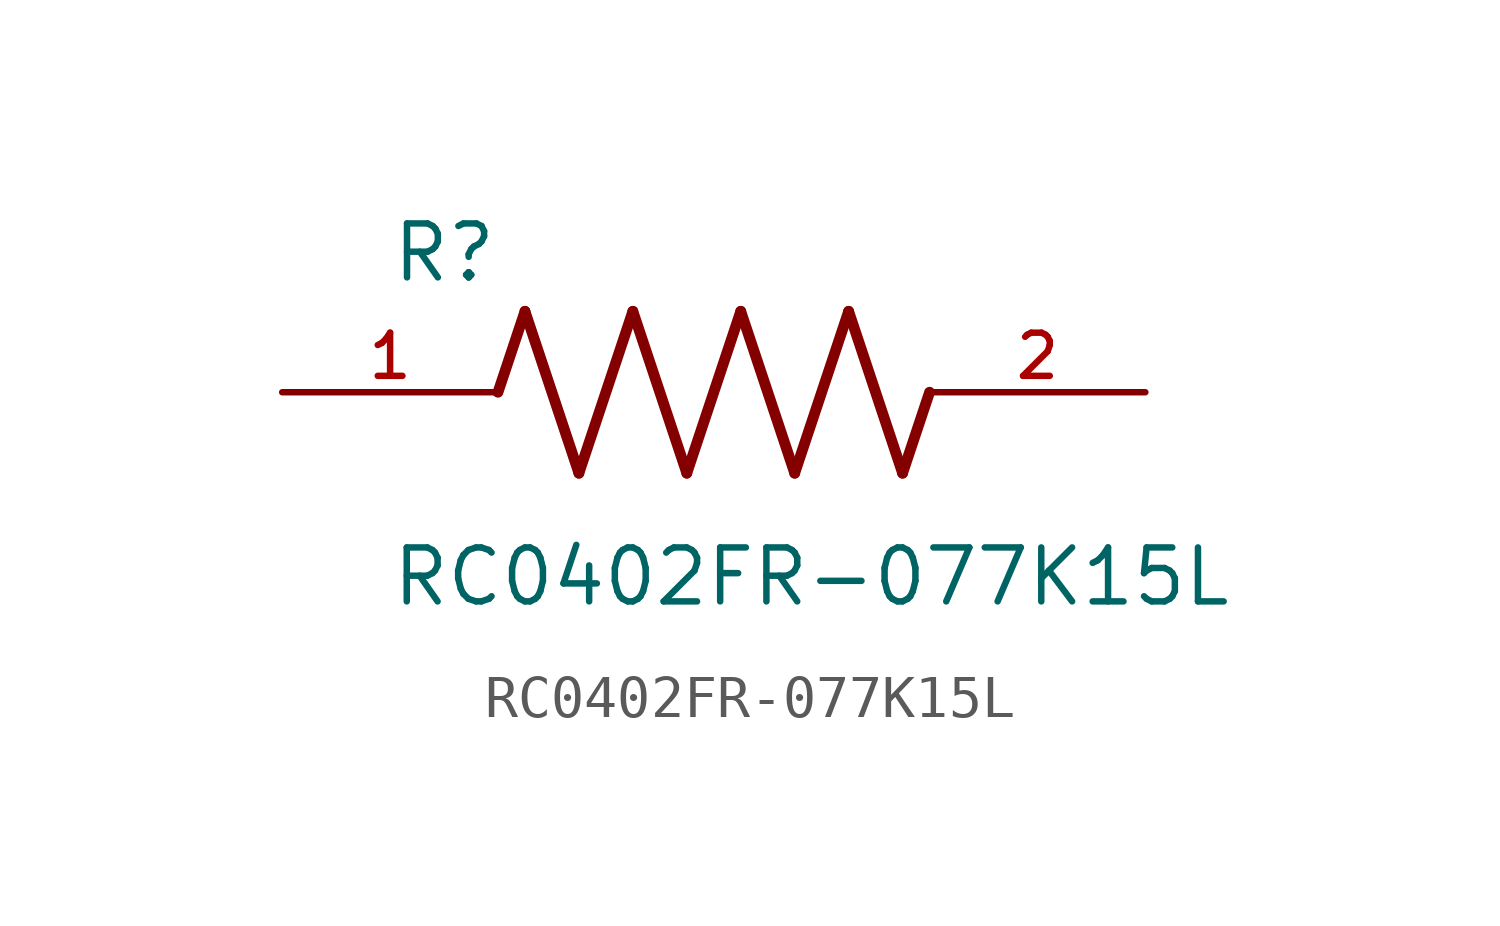
<source format=kicad_sym>
(kicad_symbol_lib
  (version 20211014)
  (generator kicad_symbol_editor)
  (symbol "RC0402FR-077K15L"
    (pin_names
      (offset 1.016))
    (property "Reference" "R"
      (at -7.624 2.541 0)
      (effects (font (size 1.27 1.27)) (justify bottom left)))
    (property "Value" "RC0402FR-077K15L"
      (at -7.63 -5.087 0)
      (effects (font (size 1.27 1.27)) (justify bottom left)))
    (symbol "RC0402FR-077K15L_0_0"
      (polyline (pts (xy -5.08 0.0) (xy -4.445 1.905)) (stroke (width 0.254)))
      (polyline (pts (xy -4.445 1.905) (xy -3.175 -1.905)) (stroke (width 0.254)))
      (polyline (pts (xy -3.175 -1.905) (xy -1.905 1.905)) (stroke (width 0.254)))
      (polyline (pts (xy -1.905 1.905) (xy -0.635 -1.905)) (stroke (width 0.254)))
      (polyline (pts (xy -0.635 -1.905) (xy 0.635 1.905)) (stroke (width 0.254)))
      (polyline (pts (xy 0.635 1.905) (xy 1.905 -1.905)) (stroke (width 0.254)))
      (polyline (pts (xy 1.905 -1.905) (xy 3.175 1.905)) (stroke (width 0.254)))
      (polyline (pts (xy 3.175 1.905) (xy 4.445 -1.905)) (stroke (width 0.254)))
      (polyline (pts (xy 4.445 -1.905) (xy 5.08 0.0)) (stroke (width 0.254)))
      (pin passive line (at -10.16 0.0 0) (length 5.08) (name "~" (effects (font (size 1.016 1.016)))) (number "1" (effects (font (size 1.016 1.016)))))
      (pin passive line (at 10.16 0.0 180.0) (length 5.08) (name "~" (effects (font (size 1.016 1.016)))) (number "2" (effects (font (size 1.016 1.016))))))))
</source>
